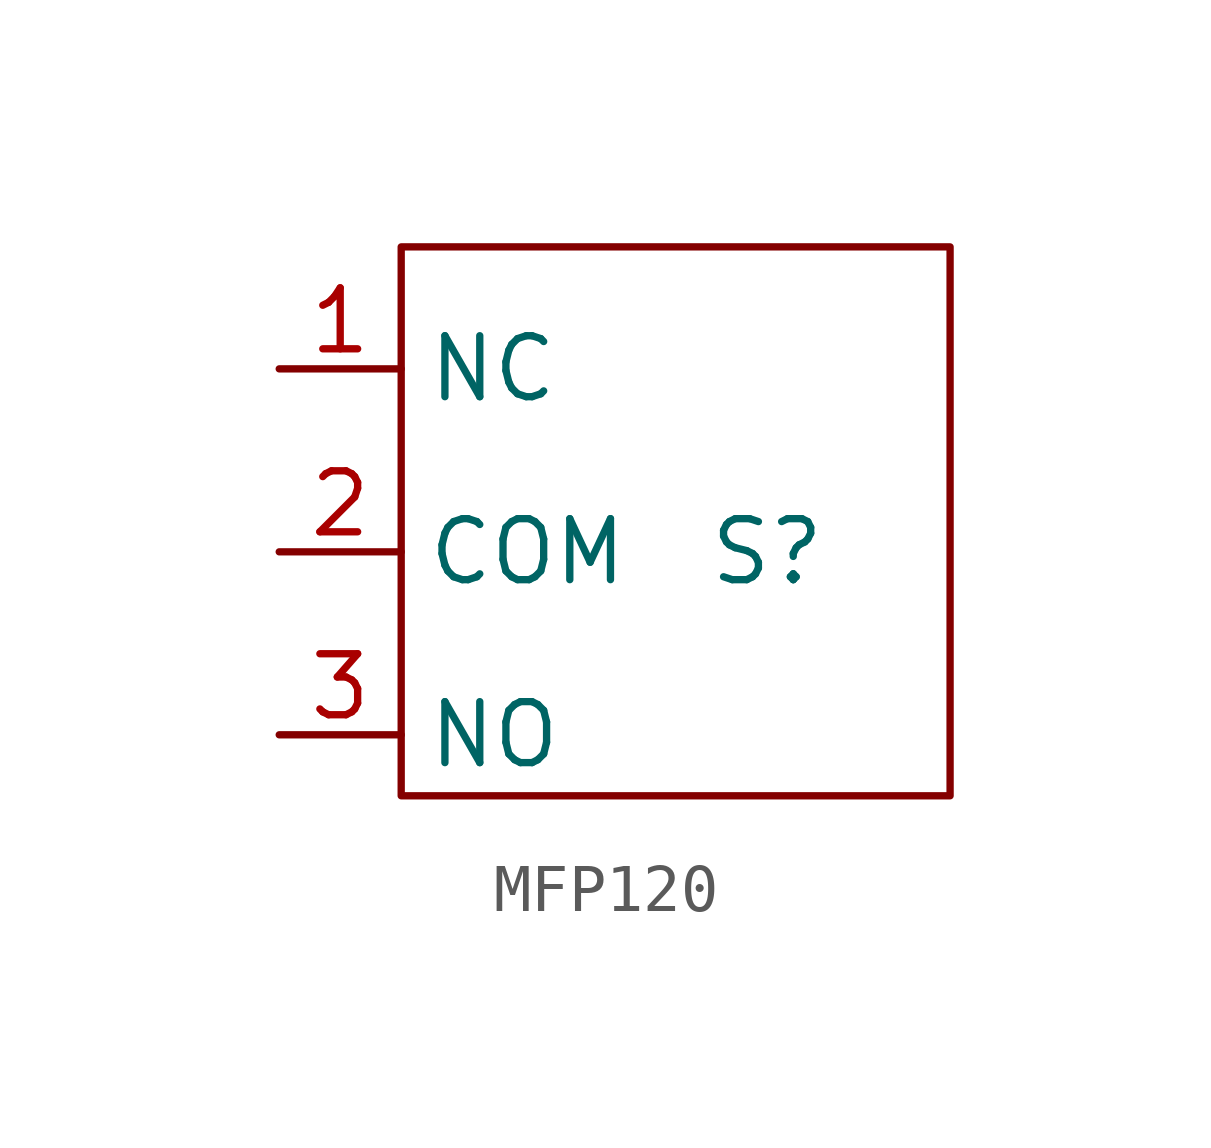
<source format=kicad_sym>
(kicad_symbol_lib
  (version 20220914)
  (generator kicad_symbol_editor)
  (symbol "MFP120"
    (property "Reference" "S"
      (at 2.54 0 0)
      (effects (font (size 1.27 1.27))))
    (property "Value" ""
      (at 0 0 0)
      (effects (font (size 1.27 1.27))))
    (symbol "MFP120_0_1"
      (rectangle (start -5.08 6.35) (end 6.35 -5.08) (stroke (width 0) (type default)) (fill (type none))))
    (symbol "MFP120_1_1"
      (pin input line (at -7.62 3.81 0) (length 2.54) (name "NC" (effects (font (size 1.27 1.27)))) (number "1" (effects (font (size 1.27 1.27)))))
      (pin input line (at -7.62 0 0) (length 2.54) (name "COM" (effects (font (size 1.27 1.27)))) (number "2" (effects (font (size 1.27 1.27)))))
      (pin input line (at -7.62 -3.81 0) (length 2.54) (name "NO" (effects (font (size 1.27 1.27)))) (number "3" (effects (font (size 1.27 1.27))))))))
</source>
